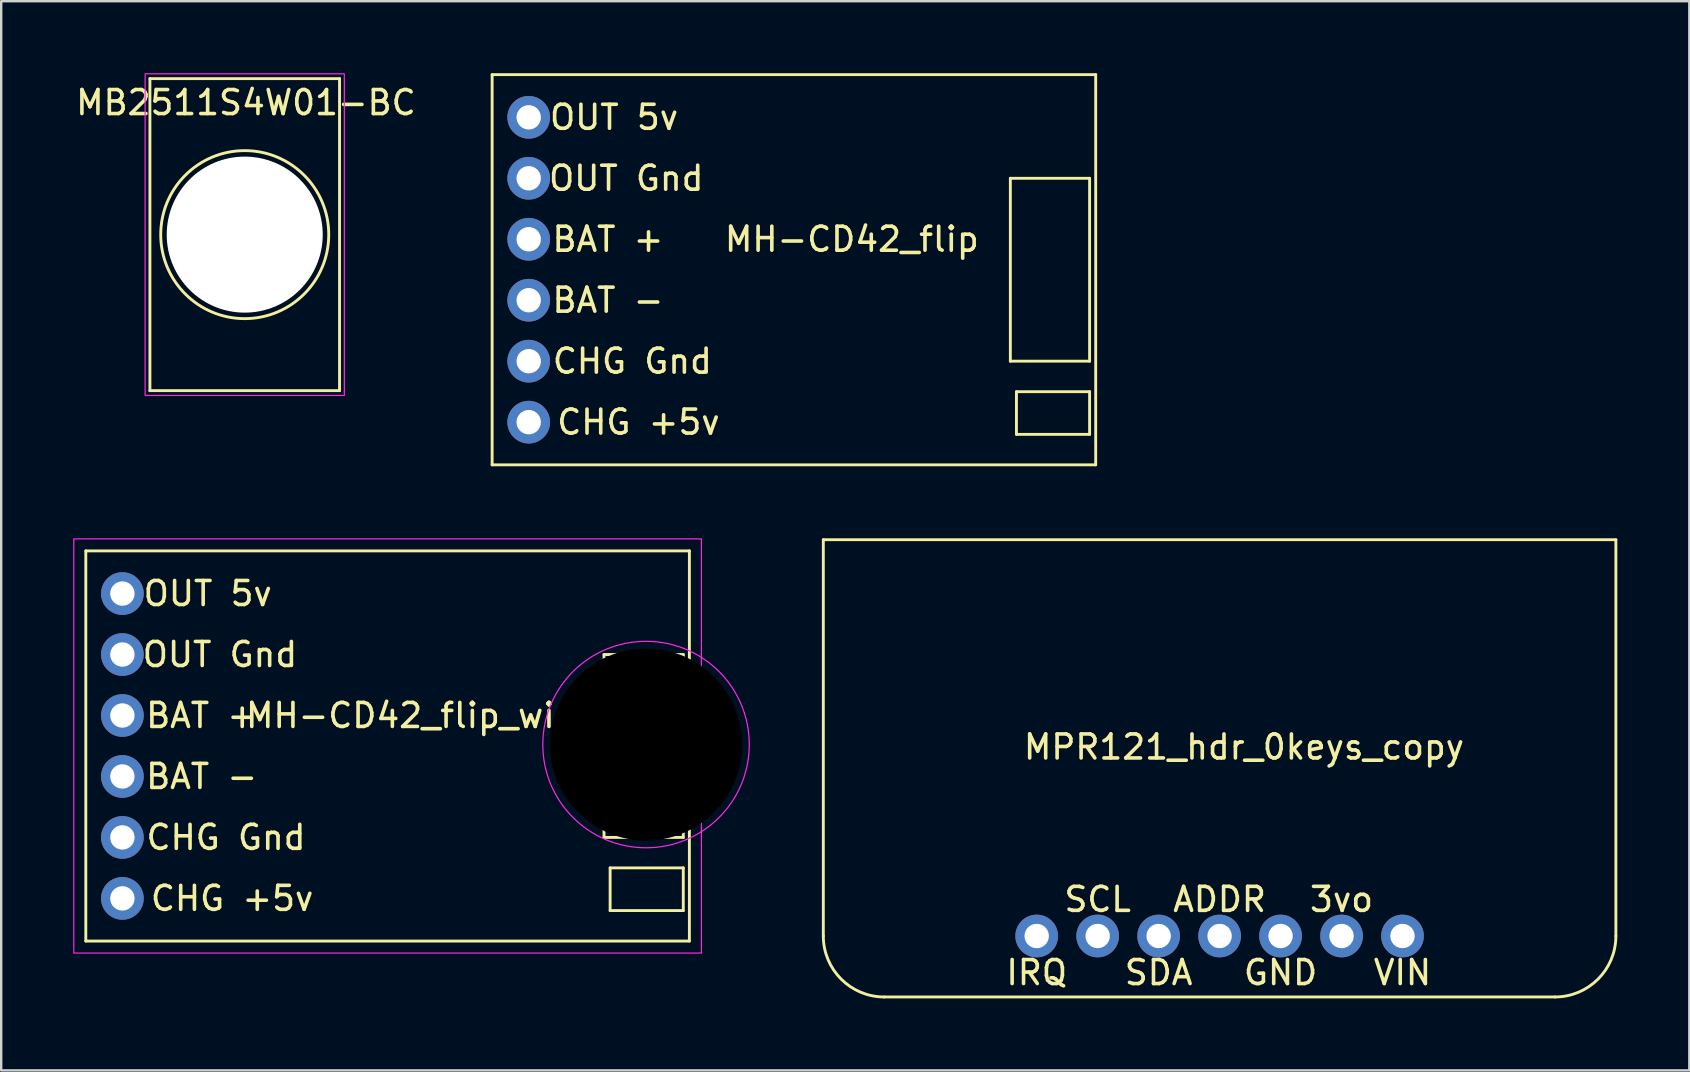
<source format=kicad_pcb>
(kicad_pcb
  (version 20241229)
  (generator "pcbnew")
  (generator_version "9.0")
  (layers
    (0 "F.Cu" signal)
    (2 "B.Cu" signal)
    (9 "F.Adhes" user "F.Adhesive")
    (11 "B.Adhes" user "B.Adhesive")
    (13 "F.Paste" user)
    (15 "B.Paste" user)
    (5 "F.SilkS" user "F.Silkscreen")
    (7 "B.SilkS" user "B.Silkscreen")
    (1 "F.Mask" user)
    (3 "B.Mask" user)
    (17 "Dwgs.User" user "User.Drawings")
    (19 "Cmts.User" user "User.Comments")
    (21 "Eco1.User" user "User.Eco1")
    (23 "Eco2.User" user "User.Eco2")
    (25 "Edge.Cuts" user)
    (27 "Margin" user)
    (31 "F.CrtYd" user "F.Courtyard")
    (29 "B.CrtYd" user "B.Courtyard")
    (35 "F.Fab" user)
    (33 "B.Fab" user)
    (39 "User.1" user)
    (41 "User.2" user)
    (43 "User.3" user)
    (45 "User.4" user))
  (footprint "MH-CD42_flip"
    (layer "F.Cu")
    (at 29.899 10.22)
    (property "Reference" "MH-CD42_flip" (at 2.54 -3.302 0) (layer "F.SilkS") (effects (font (size 1 1) (thickness 0.15))))
    (attr through_hole)
    (fp_line (start -12.446 -10.16) (end -12.446 6.096) (stroke (width 0.12) (type solid)) (layer "F.SilkS"))
    (fp_line (start -12.446 6.096) (end 12.7 6.096) (stroke (width 0.12) (type solid)) (layer "F.SilkS"))
    (fp_line (start 9.144 -5.842) (end 9.144 1.778) (stroke (width 0.12) (type solid)) (layer "F.SilkS"))
    (fp_line (start 9.144 1.778) (end 12.446 1.778) (stroke (width 0.12) (type solid)) (layer "F.SilkS"))
    (fp_line (start 9.398 3.048) (end 9.398 4.826) (stroke (width 0.12) (type solid)) (layer "F.SilkS"))
    (fp_line (start 9.398 4.826) (end 12.446 4.826) (stroke (width 0.12) (type solid)) (layer "F.SilkS"))
    (fp_line (start 12.446 -5.842) (end 9.144 -5.842) (stroke (width 0.12) (type solid)) (layer "F.SilkS"))
    (fp_line (start 12.446 1.778) (end 12.446 -5.842) (stroke (width 0.12) (type solid)) (layer "F.SilkS"))
    (fp_line (start 12.446 3.048) (end 9.398 3.048) (stroke (width 0.12) (type solid)) (layer "F.SilkS"))
    (fp_line (start 12.446 4.826) (end 12.446 3.048) (stroke (width 0.12) (type solid)) (layer "F.SilkS"))
    (fp_line (start 12.7 -10.16) (end -12.446 -10.16) (stroke (width 0.12) (type solid)) (layer "F.SilkS"))
    (fp_line (start 12.7 6.096) (end 12.7 -10.16) (stroke (width 0.12) (type solid)) (layer "F.SilkS"))
    (fp_text user "CHG Gnd" (at -6.604 1.778 0) (layer "F.SilkS") (effects (font (size 1 1) (thickness 0.15))))
    (fp_text user "BAT -" (at -7.62 -0.762 0) (layer "F.SilkS") (effects (font (size 1 1) (thickness 0.15))))
    (fp_text user "OUT 5v" (at -7.366 -8.382 0) (layer "F.SilkS") (effects (font (size 1 1) (thickness 0.15))))
    (fp_text user "BAT +" (at -7.62 -3.302 0) (layer "F.SilkS") (effects (font (size 1 1) (thickness 0.15))))
    (fp_text user "CHG +5v" (at -6.35 4.318 0) (layer "F.SilkS") (effects (font (size 1 1) (thickness 0.15))))
    (fp_text user "OUT Gnd" (at -6.858 -5.842 0) (layer "F.SilkS") (effects (font (size 1 1) (thickness 0.15))))
    (pad "1" thru_hole circle (at -10.922 -8.382) (size 1.778 1.778) (drill 1.016) (layers "*.Cu" "*.Mask"))
    (pad "2" thru_hole circle (at -10.922 -5.842) (size 1.778 1.778) (drill 1.016) (layers "*.Cu" "*.Mask"))
    (pad "3" thru_hole circle (at -10.922 -3.302) (size 1.778 1.778) (drill 1.016) (layers "*.Cu" "*.Mask"))
    (pad "4" thru_hole circle (at -10.922 -0.762) (size 1.778 1.778) (drill 1.016) (layers "*.Cu" "*.Mask"))
    (pad "5" thru_hole circle (at -10.922 1.778) (size 1.778 1.778) (drill 1.016) (layers "*.Cu" "*.Mask"))
    (pad "6" thru_hole circle (at -10.922 4.318) (size 1.778 1.778) (drill 1.016) (layers "*.Cu" "*.Mask")))
  (footprint "MH-CD42_flip_window"
    (layer "F.Cu")
    (at 12.971 30.061)
    (property "Reference" "MH-CD42_flip_window" (at 2.54 -3.302 0) (layer "F.SilkS") (effects (font (size 1 1) (thickness 0.15))))
    (attr through_hole)
    (fp_line (start -12.446 -10.16) (end -12.446 6.096) (stroke (width 0.12) (type solid)) (layer "F.SilkS"))
    (fp_line (start -12.446 6.096) (end 12.7 6.096) (stroke (width 0.12) (type solid)) (layer "F.SilkS"))
    (fp_line (start 9.144 -5.842) (end 9.144 1.778) (stroke (width 0.12) (type solid)) (layer "F.SilkS"))
    (fp_line (start 9.144 1.778) (end 12.446 1.778) (stroke (width 0.12) (type solid)) (layer "F.SilkS"))
    (fp_line (start 9.398 3.048) (end 9.398 4.826) (stroke (width 0.12) (type solid)) (layer "F.SilkS"))
    (fp_line (start 9.398 4.826) (end 12.446 4.826) (stroke (width 0.12) (type solid)) (layer "F.SilkS"))
    (fp_line (start 12.446 -5.842) (end 9.144 -5.842) (stroke (width 0.12) (type solid)) (layer "F.SilkS"))
    (fp_line (start 12.446 1.778) (end 12.446 -5.842) (stroke (width 0.12) (type solid)) (layer "F.SilkS"))
    (fp_line (start 12.446 3.048) (end 9.398 3.048) (stroke (width 0.12) (type solid)) (layer "F.SilkS"))
    (fp_line (start 12.446 4.826) (end 12.446 3.048) (stroke (width 0.12) (type solid)) (layer "F.SilkS"))
    (fp_line (start 12.7 -10.16) (end -12.446 -10.16) (stroke (width 0.12) (type solid)) (layer "F.SilkS"))
    (fp_line (start 12.7 6.096) (end 12.7 -10.16) (stroke (width 0.12) (type solid)) (layer "F.SilkS"))
    (fp_rect (start 13.2 6.596) (end -12.946 -10.66) (stroke (width 0.05) (type solid)) (fill no) (layer "F.CrtYd"))
    (fp_circle (center 10.894 -2.092) (end 14.394 0.408) (stroke (width 0.05) (type solid)) (fill no) (layer "F.CrtYd"))
    (fp_text user "CHG Gnd" (at -6.604 1.778 0) (layer "F.SilkS") (effects (font (size 1 1) (thickness 0.15))))
    (fp_text user "BAT -" (at -7.62 -0.762 0) (layer "F.SilkS") (effects (font (size 1 1) (thickness 0.15))))
    (fp_text user "OUT Gnd" (at -6.858 -5.842 0) (layer "F.SilkS") (effects (font (size 1 1) (thickness 0.15))))
    (fp_text user "OUT 5v" (at -7.366 -8.382 0) (layer "F.SilkS") (effects (font (size 1 1) (thickness 0.15))))
    (fp_text user "CHG +5v" (at -6.35 4.318 0) (layer "F.SilkS") (effects (font (size 1 1) (thickness 0.15))))
    (fp_text user "BAT +" (at -7.62 -3.302 0) (layer "F.SilkS") (effects (font (size 1 1) (thickness 0.15))))
    (pad "" np_thru_hole circle (at 10.894 -2.092) (size 8 8) (drill 8) (layers "*.Mask"))
    (pad "1" thru_hole circle (at -10.922 -8.382) (size 1.778 1.778) (drill 1.016) (layers "*.Cu" "*.Mask"))
    (pad "2" thru_hole circle (at -10.922 -5.842) (size 1.778 1.778) (drill 1.016) (layers "*.Cu" "*.Mask"))
    (pad "3" thru_hole circle (at -10.922 -3.302) (size 1.778 1.778) (drill 1.016) (layers "*.Cu" "*.Mask"))
    (pad "4" thru_hole circle (at -10.922 -0.762) (size 1.778 1.778) (drill 1.016) (layers "*.Cu" "*.Mask"))
    (pad "5" thru_hole circle (at -10.922 1.778) (size 1.778 1.778) (drill 1.016) (layers "*.Cu" "*.Mask"))
    (pad "6" thru_hole circle (at -10.922 4.318) (size 1.778 1.778) (drill 1.016) (layers "*.Cu" "*.Mask")))
  (footprint "MPR121_hdr_0keys_copy"
    (layer "F.Cu")
    (at 43.951 27.056)
    (property "Reference" "MPR121_hdr_0keys_copy" (at 4.826 1.016 0) (layer "F.SilkS") (effects (font (size 1 1) (thickness 0.15))))
    (attr through_hole)
    (fp_line (start -12.7 -7.62) (end 20.32 -7.62) (stroke (width 0.12) (type solid)) (layer "F.SilkS"))
    (fp_line (start -12.7 8.89) (end -12.7 -7.62) (stroke (width 0.12) (type solid)) (layer "F.SilkS"))
    (fp_line (start 17.78 11.43) (end -10.16 11.43) (stroke (width 0.12) (type solid)) (layer "F.SilkS"))
    (fp_line (start 20.32 -7.62) (end 20.32 8.89) (stroke (width 0.12) (type solid)) (layer "F.SilkS"))
    (fp_arc (start -10.16 11.43) (mid -11.956051 10.686051) (end -12.7 8.89) (stroke (width 0.12) (type solid)) (layer "F.SilkS"))
    (fp_arc (start 20.32 8.89) (mid 19.576051 10.686051) (end 17.78 11.43) (stroke (width 0.12) (type solid)) (layer "F.SilkS"))
    (fp_text user "VIN" (at 11.43 10.414 0) (layer "F.SilkS") (effects (font (size 1 1) (thickness 0.15))))
    (fp_text user "SDA" (at 1.27 10.414 0) (layer "F.SilkS") (effects (font (size 1 1) (thickness 0.15))))
    (fp_text user "IRQ" (at -3.81 10.414 0) (layer "F.SilkS") (effects (font (size 1 1) (thickness 0.15))))
    (fp_text user "SCL" (at -1.27 7.366 0) (layer "F.SilkS") (effects (font (size 1 1) (thickness 0.15))))
    (fp_text user "GND" (at 6.35 10.414 0) (layer "F.SilkS") (effects (font (size 1 1) (thickness 0.15))))
    (fp_text user "ADDR" (at 3.81 7.366 0) (layer "F.SilkS") (effects (font (size 1 1) (thickness 0.15))))
    (fp_text user "3vo" (at 8.89 7.366 0) (layer "F.SilkS") (effects (font (size 1 1) (thickness 0.15))))
    (pad "14" thru_hole circle (at -3.81 8.89) (size 1.778 1.778) (drill 1.016) (layers "*.Cu" "*.Mask"))
    (pad "15" thru_hole circle (at -1.27 8.89) (size 1.778 1.778) (drill 1.016) (layers "*.Cu" "*.Mask"))
    (pad "16" thru_hole circle (at 1.27 8.89) (size 1.778 1.778) (drill 1.016) (layers "*.Cu" "*.Mask"))
    (pad "17" thru_hole circle (at 3.81 8.89) (size 1.778 1.778) (drill 1.016) (layers "*.Cu" "*.Mask"))
    (pad "18" thru_hole circle (at 6.35 8.89) (size 1.778 1.778) (drill 1.016) (layers "*.Cu" "*.Mask"))
    (pad "19" thru_hole circle (at 8.89 8.89) (size 1.778 1.778) (drill 1.016) (layers "*.Cu" "*.Mask"))
    (pad "20" thru_hole circle (at 11.43 8.89) (size 1.778 1.778) (drill 1.016) (layers "*.Cu" "*.Mask")))
  (footprint "MB2511S4W01-BC"
    (layer "F.Cu")
    (at 7.146 6.725)
    (property "Reference" "MB2511S4W01-BC" (at 0.05 -5.5 0) (layer "F.SilkS") (effects (font (size 1 1) (thickness 0.15))))
    (attr through_hole)
    (fp_line (start -3.95 -6.5) (end 3.95 -6.5) (stroke (width 0.12) (type solid)) (layer "F.SilkS"))
    (fp_line (start -3.95 6.5) (end -3.95 -6.5) (stroke (width 0.12) (type solid)) (layer "F.SilkS"))
    (fp_line (start 3.95 -6.5) (end 3.95 6.5) (stroke (width 0.12) (type solid)) (layer "F.SilkS"))
    (fp_line (start 3.95 6.5) (end -3.95 6.5) (stroke (width 0.12) (type solid)) (layer "F.SilkS"))
    (fp_circle (center 0 0) (end 3.5 0) (stroke (width 0.12) (type solid)) (fill no) (layer "F.SilkS"))
    (fp_rect (start -4.15 -6.7) (end 4.15 6.7) (stroke (width 0.05) (type solid)) (fill no) (layer "F.CrtYd"))
    (fp_line (start 0 -0.3) (end 0 0.3) (stroke (width 0.12) (type solid)) (layer "F.Fab"))
    (fp_line (start 0.3 0) (end -0.3 0) (stroke (width 0.12) (type solid)) (layer "F.Fab"))
    (pad "" np_thru_hole circle (at 0 0) (size 6.5 6.5) (drill 6.5) (layers "*.Cu" "*.Mask")))
  (gr_rect
    (start -3 -3)
    (end 67.331 41.546)
    (stroke (width 0.1) (type default))
    (fill no)
    (layer "Edge.Cuts")))
</source>
